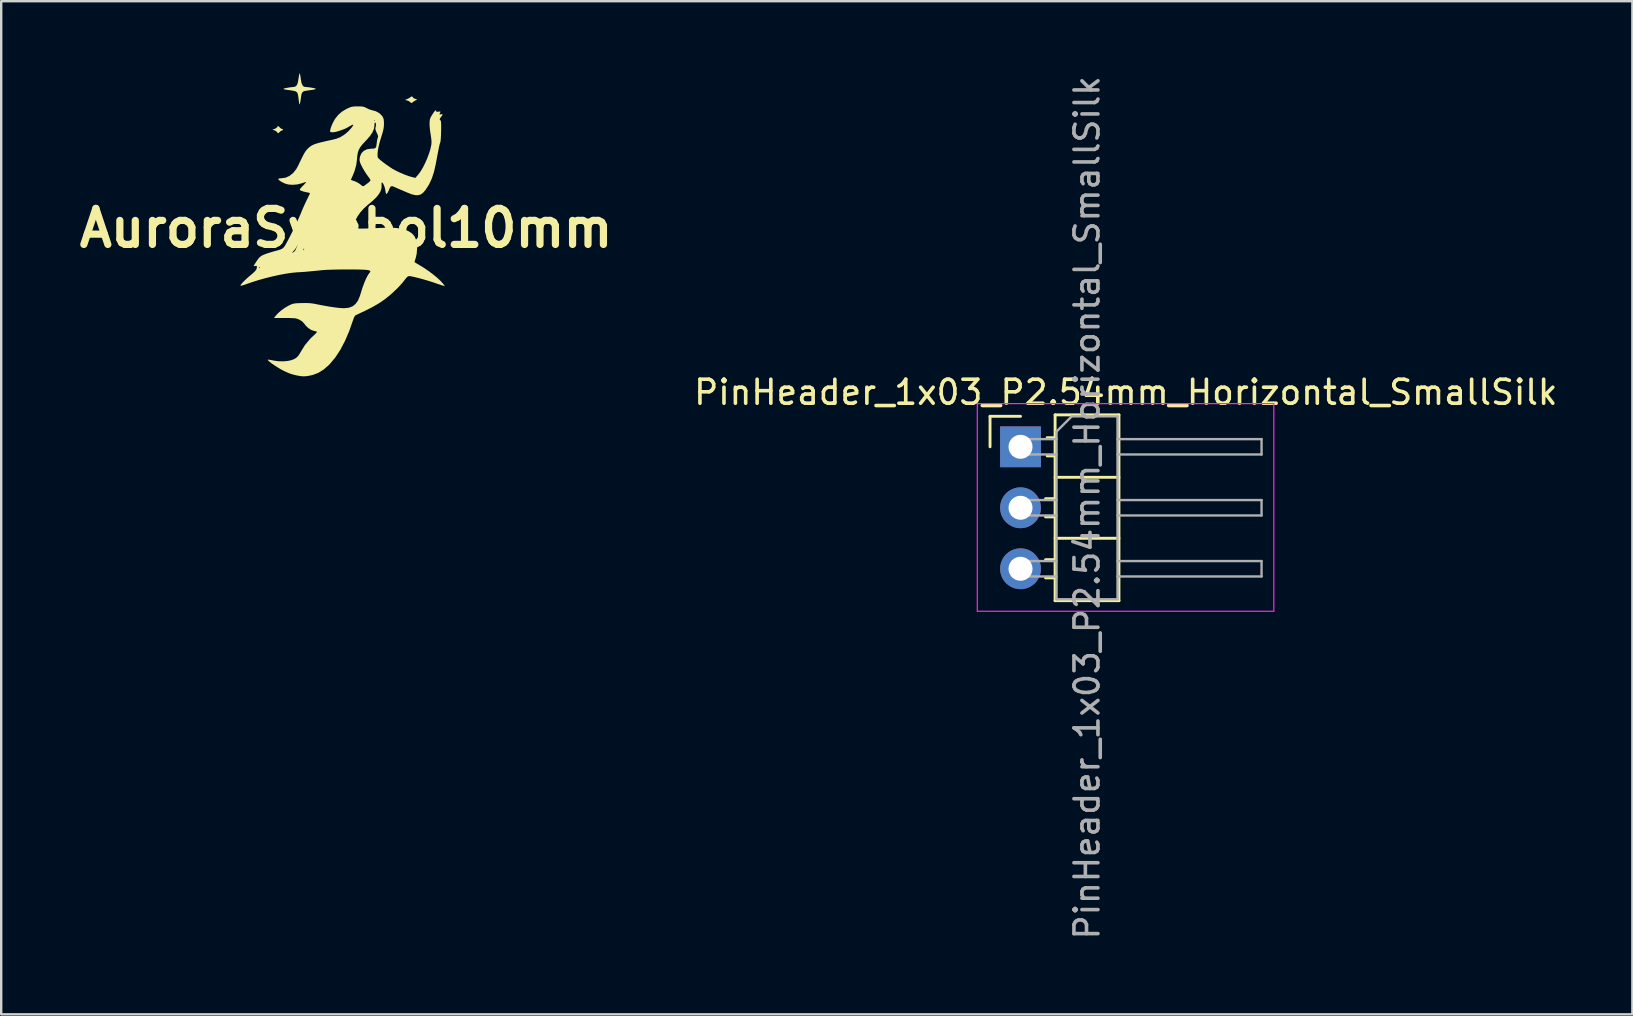
<source format=kicad_pcb>
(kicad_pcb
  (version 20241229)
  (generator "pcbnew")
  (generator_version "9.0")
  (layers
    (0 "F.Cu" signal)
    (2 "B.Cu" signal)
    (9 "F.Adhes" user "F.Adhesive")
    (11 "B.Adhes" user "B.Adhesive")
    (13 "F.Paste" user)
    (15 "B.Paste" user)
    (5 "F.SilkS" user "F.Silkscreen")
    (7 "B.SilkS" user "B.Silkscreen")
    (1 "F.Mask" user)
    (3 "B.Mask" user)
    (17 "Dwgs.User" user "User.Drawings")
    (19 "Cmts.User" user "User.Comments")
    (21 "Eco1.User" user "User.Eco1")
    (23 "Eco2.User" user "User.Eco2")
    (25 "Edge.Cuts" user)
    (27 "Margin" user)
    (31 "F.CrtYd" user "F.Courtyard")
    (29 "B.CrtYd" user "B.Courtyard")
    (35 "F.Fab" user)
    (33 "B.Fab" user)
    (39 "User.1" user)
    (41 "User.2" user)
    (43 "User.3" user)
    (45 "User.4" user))
  (footprint "AuroraSymbol10mm"
    (layer "F.Cu")
    (at 11.371 6.453)
    (property "Reference" "AuroraSymbol10mm" (at 0 0 0) (layer "F.SilkS") (effects (font (size 1.5 1.5) (thickness 0.3))))
    (attr board_only exclude_from_pos_files exclude_from_bom)
    (fp_poly (pts (xy 2.755 -5.476) (xy 2.777 -5.446) (xy 2.827 -5.401) (xy 2.871 -5.386) (xy 2.922 -5.373) (xy 2.939 -5.359) (xy 2.933 -5.335) (xy 2.916 -5.332) (xy 2.869 -5.315) (xy 2.807 -5.274) (xy 2.795 -5.264) (xy 2.741 -5.221) (xy 2.709 -5.213) (xy 2.679 -5.235) (xy 2.667 -5.249) (xy 2.605 -5.293) (xy 2.533 -5.321) (xy 2.447 -5.34) (xy 2.543 -5.379) (xy 2.621 -5.418) (xy 2.683 -5.458) (xy 2.687 -5.462) (xy 2.726 -5.489)) (stroke (width 0) (type solid)) (fill yes) (layer "F.SilkS"))
    (fp_poly (pts (xy -2.786 -4.211) (xy -2.774 -4.199) (xy -2.719 -4.151) (xy -2.671 -4.129) (xy -2.667 -4.129) (xy -2.63 -4.114) (xy -2.625 -4.101) (xy -2.647 -4.077) (xy -2.667 -4.074) (xy -2.713 -4.055) (xy -2.769 -4.009) (xy -2.774 -4.004) (xy -2.819 -3.959) (xy -2.844 -3.952) (xy -2.865 -3.98) (xy -2.868 -3.987) (xy -2.913 -4.033) (xy -2.982 -4.072) (xy -2.986 -4.074) (xy -3.076 -4.107) (xy -2.988 -4.132) (xy -2.917 -4.166) (xy -2.87 -4.212) (xy -2.869 -4.213) (xy -2.847 -4.248) (xy -2.825 -4.248)) (stroke (width 0) (type solid)) (fill yes) (layer "F.SilkS"))
    (fp_poly (pts (xy -1.928 -6.427) (xy -1.913 -6.36) (xy -1.897 -6.263) (xy -1.891 -6.213) (xy -1.866 -6.066) (xy -1.831 -5.967) (xy -1.784 -5.907) (xy -1.718 -5.881) (xy -1.677 -5.878) (xy -1.616 -5.874) (xy -1.523 -5.862) (xy -1.418 -5.847) (xy -1.319 -5.827) (xy -1.27 -5.809) (xy -1.274 -5.792) (xy -1.329 -5.774) (xy -1.438 -5.756) (xy -1.52 -5.745) (xy -1.653 -5.727) (xy -1.746 -5.709) (xy -1.807 -5.679) (xy -1.845 -5.629) (xy -1.868 -5.549) (xy -1.887 -5.429) (xy -1.899 -5.345) (xy -1.914 -5.248) (xy -1.929 -5.18) (xy -1.942 -5.152) (xy -1.945 -5.154) (xy -1.957 -5.194) (xy -1.97 -5.271) (xy -1.98 -5.345) (xy -1.997 -5.49) (xy -2.017 -5.589) (xy -2.047 -5.654) (xy -2.098 -5.694) (xy -2.178 -5.718) (xy -2.296 -5.737) (xy -2.343 -5.743) (xy -2.485 -5.763) (xy -2.575 -5.78) (xy -2.616 -5.795) (xy -2.61 -5.809) (xy -2.56 -5.825) (xy -2.488 -5.84) (xy -2.381 -5.859) (xy -2.282 -5.872) (xy -2.225 -5.877) (xy -2.14 -5.889) (xy -2.08 -5.926) (xy -2.037 -5.996) (xy -2.006 -6.108) (xy -1.989 -6.213) (xy -1.973 -6.32) (xy -1.957 -6.402) (xy -1.943 -6.447) (xy -1.939 -6.453)) (stroke (width 0) (type solid)) (fill yes) (layer "F.SilkS"))
    (fp_poly (pts (xy 0.604 -5.07) (xy 0.691 -5.062) (xy 0.759 -5.044) (xy 0.824 -5.014) (xy 0.848 -5.001) (xy 0.943 -4.954) (xy 1.04 -4.921) (xy 1.075 -4.913) (xy 1.236 -4.868) (xy 1.377 -4.79) (xy 1.484 -4.688) (xy 1.499 -4.667) (xy 1.538 -4.6) (xy 1.56 -4.535) (xy 1.57 -4.451) (xy 1.572 -4.349) (xy 1.569 -4.249) (xy 1.557 -4.153) (xy 1.534 -4.046) (xy 1.496 -3.913) (xy 1.454 -3.78) (xy 1.394 -3.582) (xy 1.349 -3.394) (xy 1.318 -3.225) (xy 1.304 -3.084) (xy 1.308 -2.98) (xy 1.319 -2.939) (xy 1.353 -2.897) (xy 1.426 -2.832) (xy 1.528 -2.751) (xy 1.652 -2.659) (xy 1.788 -2.564) (xy 1.925 -2.474) (xy 2.06 -2.398) (xy 2.228 -2.317) (xy 2.41 -2.239) (xy 2.585 -2.174) (xy 2.731 -2.13) (xy 2.879 -2.093) (xy 2.999 -2.229) (xy 3.093 -2.355) (xy 3.191 -2.518) (xy 3.286 -2.706) (xy 3.374 -2.906) (xy 3.449 -3.107) (xy 3.508 -3.296) (xy 3.544 -3.463) (xy 3.554 -3.572) (xy 3.549 -3.671) (xy 3.534 -3.797) (xy 3.514 -3.923) (xy 3.513 -3.928) (xy 3.492 -4.067) (xy 3.477 -4.219) (xy 3.472 -4.344) (xy 3.475 -4.456) (xy 3.488 -4.537) (xy 3.516 -4.611) (xy 3.566 -4.7) (xy 3.568 -4.703) (xy 3.642 -4.817) (xy 3.697 -4.886) (xy 3.732 -4.91) (xy 3.746 -4.885) (xy 3.746 -4.881) (xy 3.755 -4.851) (xy 3.791 -4.844) (xy 3.843 -4.852) (xy 3.906 -4.861) (xy 3.926 -4.853) (xy 3.915 -4.821) (xy 3.912 -4.815) (xy 3.886 -4.757) (xy 3.897 -4.734) (xy 3.948 -4.741) (xy 3.951 -4.741) (xy 4.001 -4.749) (xy 4.015 -4.734) (xy 3.993 -4.69) (xy 3.946 -4.626) (xy 3.903 -4.565) (xy 3.892 -4.529) (xy 3.91 -4.504) (xy 3.917 -4.499) (xy 3.934 -4.48) (xy 3.945 -4.444) (xy 3.952 -4.384) (xy 3.955 -4.292) (xy 3.955 -4.158) (xy 3.953 -4.045) (xy 3.949 -3.894) (xy 3.942 -3.76) (xy 3.933 -3.653) (xy 3.923 -3.585) (xy 3.917 -3.568) (xy 3.905 -3.538) (xy 3.891 -3.487) (xy 3.873 -3.41) (xy 3.85 -3.301) (xy 3.821 -3.154) (xy 3.785 -2.966) (xy 3.741 -2.729) (xy 3.733 -2.681) (xy 3.659 -2.352) (xy 3.566 -2.067) (xy 3.45 -1.819) (xy 3.308 -1.598) (xy 3.305 -1.593) (xy 3.208 -1.48) (xy 3.11 -1.407) (xy 3.002 -1.372) (xy 2.877 -1.374) (xy 2.725 -1.411) (xy 2.539 -1.484) (xy 2.535 -1.485) (xy 2.467 -1.515) (xy 2.369 -1.557) (xy 2.259 -1.604) (xy 2.242 -1.611) (xy 2.14 -1.656) (xy 2.052 -1.694) (xy 1.996 -1.721) (xy 1.989 -1.724) (xy 1.907 -1.751) (xy 1.848 -1.729) (xy 1.805 -1.655) (xy 1.802 -1.647) (xy 1.765 -1.554) (xy 1.724 -1.476) (xy 1.685 -1.43) (xy 1.668 -1.422) (xy 1.655 -1.446) (xy 1.64 -1.51) (xy 1.63 -1.577) (xy 1.612 -1.666) (xy 1.583 -1.756) (xy 1.549 -1.834) (xy 1.515 -1.887) (xy 1.487 -1.904) (xy 1.481 -1.9) (xy 1.472 -1.864) (xy 1.472 -1.798) (xy 1.473 -1.789) (xy 1.468 -1.664) (xy 1.431 -1.54) (xy 1.358 -1.413) (xy 1.246 -1.277) (xy 1.09 -1.128) (xy 0.909 -0.977) (xy 0.742 -0.828) (xy 0.596 -0.666) (xy 0.476 -0.497) (xy 0.388 -0.333) (xy 0.339 -0.181) (xy 0.33 -0.103) (xy 0.331 -0.064) (xy 0.342 -0.032) (xy 0.368 -0.009) (xy 0.415 0.007) (xy 0.487 0.017) (xy 0.591 0.02) (xy 0.732 0.019) (xy 0.916 0.013) (xy 1.148 0.003) (xy 1.176 0.002) (xy 1.43 -0.009) (xy 1.637 -0.015) (xy 1.804 -0.017) (xy 1.939 -0.015) (xy 2.049 -0.009) (xy 2.133 0.000054) (xy 2.379 0.047) (xy 2.578 0.117) (xy 2.731 0.212) (xy 2.842 0.335) (xy 2.914 0.49) (xy 2.949 0.678) (xy 2.955 0.812) (xy 2.936 1.066) (xy 2.899 1.23) (xy 2.871 1.32) (xy 2.852 1.386) (xy 2.844 1.414) (xy 2.844 1.414) (xy 2.866 1.429) (xy 2.924 1.465) (xy 3.008 1.514) (xy 3.042 1.534) (xy 3.239 1.655) (xy 3.436 1.79) (xy 3.623 1.93) (xy 3.792 2.069) (xy 3.931 2.199) (xy 4.031 2.311) (xy 4.033 2.313) (xy 4.11 2.414) (xy 4.044 2.398) (xy 3.993 2.383) (xy 3.903 2.354) (xy 3.788 2.315) (xy 3.664 2.272) (xy 3.518 2.224) (xy 3.355 2.174) (xy 3.185 2.125) (xy 3.019 2.08) (xy 2.867 2.042) (xy 2.74 2.014) (xy 2.649 1.998) (xy 2.619 1.996) (xy 2.572 2.01) (xy 2.517 2.056) (xy 2.447 2.141) (xy 2.428 2.167) (xy 2.352 2.262) (xy 2.252 2.376) (xy 2.144 2.492) (xy 2.087 2.548) (xy 1.843 2.775) (xy 1.599 2.97) (xy 1.341 3.145) (xy 1.054 3.308) (xy 0.797 3.437) (xy 0.663 3.5) (xy 0.545 3.556) (xy 0.452 3.6) (xy 0.395 3.628) (xy 0.383 3.634) (xy 0.353 3.669) (xy 0.318 3.741) (xy 0.29 3.816) (xy 0.126 4.285) (xy -0.052 4.701) (xy -0.245 5.067) (xy -0.452 5.383) (xy -0.675 5.651) (xy -0.737 5.714) (xy -0.943 5.892) (xy -1.153 6.022) (xy -1.377 6.11) (xy -1.49 6.138) (xy -1.643 6.165) (xy -1.772 6.173) (xy -1.904 6.163) (xy -2.037 6.14) (xy -2.206 6.101) (xy -2.354 6.054) (xy -2.506 5.99) (xy -2.611 5.939) (xy -2.73 5.876) (xy -2.86 5.798) (xy -2.99 5.714) (xy -3.107 5.633) (xy -3.197 5.562) (xy -3.241 5.521) (xy -3.263 5.497) (xy -3.268 5.482) (xy -3.251 5.477) (xy -3.203 5.482) (xy -3.117 5.497) (xy -2.986 5.522) (xy -2.972 5.525) (xy -2.803 5.545) (xy -2.618 5.548) (xy -2.441 5.533) (xy -2.332 5.512) (xy -2.181 5.461) (xy -2.07 5.394) (xy -1.98 5.297) (xy -1.903 5.17) (xy -1.721 4.874) (xy -1.504 4.613) (xy -1.379 4.493) (xy -1.301 4.421) (xy -1.245 4.362) (xy -1.218 4.326) (xy -1.217 4.319) (xy -1.249 4.303) (xy -1.315 4.286) (xy -1.334 4.283) (xy -1.455 4.242) (xy -1.578 4.163) (xy -1.687 4.059) (xy -1.736 3.993) (xy -1.835 3.883) (xy -1.976 3.8) (xy -2.092 3.761) (xy -2.147 3.754) (xy -2.246 3.748) (xy -2.375 3.744) (xy -2.523 3.742) (xy -2.591 3.742) (xy -3.009 3.744) (xy -2.938 3.651) (xy -2.834 3.538) (xy -2.696 3.419) (xy -2.54 3.309) (xy -2.384 3.22) (xy -2.304 3.182) (xy -2.236 3.157) (xy -2.166 3.14) (xy -2.08 3.13) (xy -1.963 3.124) (xy -1.857 3.121) (xy -1.676 3.119) (xy -1.527 3.125) (xy -1.387 3.141) (xy -1.234 3.169) (xy -1.227 3.171) (xy -0.962 3.223) (xy -0.71 3.267) (xy -0.48 3.301) (xy -0.282 3.324) (xy -0.124 3.335) (xy -0.088 3.335) (xy 0.102 3.317) (xy 0.259 3.26) (xy 0.387 3.161) (xy 0.49 3.018) (xy 0.571 2.826) (xy 0.591 2.761) (xy 0.669 2.507) (xy 0.751 2.281) (xy 0.832 2.091) (xy 0.911 1.944) (xy 0.976 1.854) (xy 1 1.821) (xy 1.005 1.793) (xy 0.986 1.771) (xy 0.939 1.754) (xy 0.86 1.741) (xy 0.744 1.732) (xy 0.588 1.726) (xy 0.387 1.722) (xy 0.138 1.721) (xy 0.027 1.721) (xy -0.186 1.722) (xy -0.4 1.725) (xy -0.602 1.73) (xy -0.781 1.736) (xy -0.924 1.744) (xy -0.998 1.75) (xy -1.23 1.774) (xy -1.417 1.792) (xy -1.568 1.806) (xy -1.692 1.817) (xy -1.799 1.825) (xy -1.897 1.832) (xy -1.997 1.837) (xy -2.037 1.839) (xy -2.248 1.858) (xy -2.499 1.895) (xy -2.777 1.946) (xy -3.071 2.01) (xy -3.369 2.085) (xy -3.66 2.166) (xy -3.932 2.252) (xy -3.992 2.273) (xy -4.157 2.331) (xy -4.276 2.371) (xy -4.354 2.394) (xy -4.395 2.399) (xy -4.406 2.387) (xy -4.39 2.358) (xy -4.354 2.312) (xy -4.332 2.286) (xy -4.265 2.214) (xy -4.169 2.122) (xy -4.06 2.024) (xy -3.987 1.963) (xy -3.872 1.865) (xy -3.794 1.789) (xy -3.747 1.725) (xy -3.725 1.666) (xy -3.63 1.666) (xy -3.626 1.668) (xy -3.601 1.649) (xy -3.595 1.64) (xy -3.588 1.615) (xy -3.592 1.613) (xy -3.617 1.632) (xy -3.623 1.64) (xy -3.63 1.666) (xy -3.725 1.666) (xy -3.725 1.665) (xy -3.719 1.606) (xy -3.73 1.572) (xy -3.773 1.571) (xy -3.787 1.575) (xy -3.837 1.582) (xy -3.855 1.576) (xy -3.841 1.548) (xy -3.803 1.486) (xy -3.749 1.402) (xy -3.729 1.37) (xy -3.659 1.271) (xy -3.601 1.205) (xy -3.537 1.157) (xy -3.454 1.115) (xy -3.435 1.107) (xy -3.336 1.069) (xy -3.205 1.025) (xy -2.254 1.025) (xy -2.241 1.034) (xy -2.193 1.028) (xy -2.104 1.008) (xy -1.99 0.98) (xy -1.882 0.95) (xy -1.8 0.921) (xy -1.755 0.897) (xy -1.75 0.888) (xy -1.761 0.843) (xy -1.789 0.778) (xy -1.789 0.777) (xy -1.828 0.691) (xy -1.858 0.619) (xy -1.883 0.573) (xy -1.913 0.566) (xy -1.953 0.6) (xy -2.007 0.68) (xy -2.046 0.747) (xy -2.104 0.84) (xy -2.167 0.926) (xy -2.201 0.964) (xy -2.239 1.002) (xy -2.254 1.025) (xy -3.205 1.025) (xy -3.204 1.025) (xy -3.059 0.981) (xy -2.967 0.956) (xy -2.83 0.919) (xy -2.736 0.888) (xy -2.671 0.859) (xy -2.624 0.824) (xy -2.59 0.788) (xy -2.552 0.732) (xy -2.496 0.635) (xy -2.426 0.505) (xy -2.345 0.35) (xy -2.259 0.179) (xy -2.171 -0.000466) (xy -2.085 -0.179) (xy -2.006 -0.35) (xy -1.937 -0.503) (xy -1.883 -0.63) (xy -1.875 -0.652) (xy -1.816 -0.794) (xy -1.744 -0.957) (xy -1.67 -1.115) (xy -1.638 -1.182) (xy -1.584 -1.291) (xy -1.541 -1.381) (xy -1.515 -1.441) (xy -1.509 -1.461) (xy -1.538 -1.47) (xy -1.606 -1.486) (xy -1.688 -1.503) (xy -1.786 -1.527) (xy -1.867 -1.554) (xy -1.907 -1.574) (xy -1.928 -1.596) (xy -1.928 -1.622) (xy -1.9 -1.662) (xy -1.84 -1.727) (xy -1.811 -1.756) (xy -1.742 -1.828) (xy -1.691 -1.885) (xy -1.668 -1.916) (xy -1.668 -1.918) (xy -1.691 -1.918) (xy -1.753 -1.901) (xy -1.839 -1.872) (xy -1.847 -1.869) (xy -2.032 -1.822) (xy -2.227 -1.805) (xy -2.412 -1.819) (xy -2.519 -1.847) (xy -2.615 -1.887) (xy -2.706 -1.935) (xy -2.779 -1.985) (xy -2.805 -2.01) (xy 0.198 -2.01) (xy 0.198 -2.009) (xy 0.226 -1.998) (xy 0.289 -1.976) (xy 0.345 -1.957) (xy 0.452 -1.911) (xy 0.556 -1.847) (xy 0.591 -1.819) (xy 0.659 -1.765) (xy 0.703 -1.746) (xy 0.737 -1.756) (xy 0.741 -1.759) (xy 0.788 -1.793) (xy 0.859 -1.845) (xy 0.897 -1.873) (xy 0.962 -1.927) (xy 1.003 -1.975) (xy 1.011 -1.993) (xy 0.995 -2.035) (xy 0.954 -2.1) (xy 0.921 -2.143) (xy 0.845 -2.247) (xy 0.763 -2.374) (xy 0.685 -2.508) (xy 0.62 -2.633) (xy 0.578 -2.733) (xy 0.575 -2.742) (xy 0.556 -2.834) (xy 0.564 -2.931) (xy 0.574 -2.978) (xy 0.632 -3.116) (xy 0.731 -3.219) (xy 0.865 -3.285) (xy 1.03 -3.309) (xy 1.036 -3.309) (xy 1.141 -3.312) (xy 1.206 -3.33) (xy 1.242 -3.373) (xy 1.261 -3.452) (xy 1.27 -3.533) (xy 1.284 -3.636) (xy 1.301 -3.722) (xy 1.318 -3.773) (xy 1.318 -3.773) (xy 1.33 -3.813) (xy 1.317 -3.871) (xy 1.278 -3.961) (xy 1.272 -3.973) (xy 1.231 -4.066) (xy 1.214 -4.13) (xy 1.218 -4.184) (xy 1.225 -4.208) (xy 1.24 -4.284) (xy 1.236 -4.352) (xy 1.216 -4.396) (xy 1.2 -4.402) (xy 1.185 -4.378) (xy 1.177 -4.316) (xy 1.176 -4.28) (xy 1.157 -4.142) (xy 1.098 -3.998) (xy 0.995 -3.843) (xy 0.847 -3.672) (xy 0.811 -3.635) (xy 0.68 -3.494) (xy 0.586 -3.374) (xy 0.523 -3.261) (xy 0.483 -3.142) (xy 0.461 -3.005) (xy 0.455 -2.926) (xy 0.42 -2.639) (xy 0.348 -2.377) (xy 0.272 -2.19) (xy 0.233 -2.103) (xy 0.206 -2.039) (xy 0.198 -2.01) (xy -2.805 -2.01) (xy -2.823 -2.027) (xy -2.829 -2.052) (xy -2.794 -2.068) (xy -2.725 -2.077) (xy -2.69 -2.078) (xy -2.518 -2.104) (xy -2.354 -2.181) (xy -2.205 -2.303) (xy -2.077 -2.465) (xy -2.007 -2.592) (xy -1.915 -2.785) (xy -1.841 -2.936) (xy -1.783 -3.051) (xy -1.734 -3.138) (xy -1.692 -3.204) (xy -1.653 -3.255) (xy -1.612 -3.299) (xy -1.604 -3.308) (xy -1.542 -3.366) (xy -1.478 -3.415) (xy -1.407 -3.457) (xy -1.319 -3.495) (xy -1.21 -3.532) (xy -1.07 -3.57) (xy -0.893 -3.612) (xy -0.673 -3.661) (xy -0.588 -3.679) (xy -0.404 -3.726) (xy -0.252 -3.787) (xy -0.112 -3.87) (xy -0.017 -3.941) (xy 0.061 -4.009) (xy 0.14 -4.089) (xy 0.21 -4.169) (xy 0.264 -4.239) (xy 0.293 -4.291) (xy 0.293 -4.31) (xy 0.263 -4.305) (xy 0.201 -4.276) (xy 0.12 -4.231) (xy 0.118 -4.23) (xy 0.036 -4.183) (xy -0.042 -4.144) (xy -0.13 -4.108) (xy -0.243 -4.068) (xy -0.385 -4.023) (xy -0.481 -4) (xy -0.572 -3.993) (xy -0.641 -4) (xy -0.668 -4.016) (xy -0.671 -4.063) (xy -0.652 -4.145) (xy -0.616 -4.249) (xy -0.568 -4.362) (xy -0.512 -4.471) (xy -0.504 -4.484) (xy 1.176 -4.484) (xy 1.186 -4.461) (xy 1.194 -4.466) (xy 1.197 -4.498) (xy 1.194 -4.502) (xy 1.178 -4.498) (xy 1.176 -4.484) (xy -0.504 -4.484) (xy -0.459 -4.558) (xy -0.33 -4.719) (xy -0.187 -4.846) (xy -0.012 -4.953) (xy 0.055 -4.986) (xy 0.15 -5.029) (xy 0.23 -5.054) (xy 0.317 -5.067) (xy 0.431 -5.071) (xy 0.478 -5.071)) (stroke (width 0) (type solid)) (fill yes) (layer "F.SilkS")))
  (footprint "PinHeader_1x03_P2.54mm_Horizontal_SmallSilk"
    (layer "F.Cu")
    (at 39.459 15.561)
    (property "Reference" "PinHeader_1x03_P2.54mm_Horizontal_SmallSilk" (at 4.385 -2.27 0) (layer "F.SilkS") (effects (font (size 1 1) (thickness 0.15))))
    (attr through_hole)
    (fp_line (start -1.27 -1.27) (end 0 -1.27) (stroke (width 0.12) (type solid)) (layer "F.SilkS"))
    (fp_line (start -1.27 0) (end -1.27 -1.27) (stroke (width 0.12) (type solid)) (layer "F.SilkS"))
    (fp_line (start 1.043 2.16) (end 1.44 2.16) (stroke (width 0.12) (type solid)) (layer "F.SilkS"))
    (fp_line (start 1.043 2.92) (end 1.44 2.92) (stroke (width 0.12) (type solid)) (layer "F.SilkS"))
    (fp_line (start 1.043 4.7) (end 1.44 4.7) (stroke (width 0.12) (type solid)) (layer "F.SilkS"))
    (fp_line (start 1.043 5.46) (end 1.44 5.46) (stroke (width 0.12) (type solid)) (layer "F.SilkS"))
    (fp_line (start 1.11 -0.38) (end 1.44 -0.38) (stroke (width 0.12) (type solid)) (layer "F.SilkS"))
    (fp_line (start 1.11 0.38) (end 1.44 0.38) (stroke (width 0.12) (type solid)) (layer "F.SilkS"))
    (fp_line (start 1.44 -1.33) (end 1.44 6.41) (stroke (width 0.12) (type solid)) (layer "F.SilkS"))
    (fp_line (start 1.44 1.27) (end 4.1 1.27) (stroke (width 0.12) (type solid)) (layer "F.SilkS"))
    (fp_line (start 1.44 3.81) (end 4.1 3.81) (stroke (width 0.12) (type solid)) (layer "F.SilkS"))
    (fp_line (start 1.44 6.41) (end 4.1 6.41) (stroke (width 0.12) (type solid)) (layer "F.SilkS"))
    (fp_line (start 4.1 -1.33) (end 1.44 -1.33) (stroke (width 0.12) (type solid)) (layer "F.SilkS"))
    (fp_line (start 4.1 6.41) (end 4.1 -1.33) (stroke (width 0.12) (type solid)) (layer "F.SilkS"))
    (fp_line (start -1.8 -1.8) (end -1.8 6.85) (stroke (width 0.05) (type solid)) (layer "F.CrtYd"))
    (fp_line (start -1.8 6.85) (end 10.55 6.85) (stroke (width 0.05) (type solid)) (layer "F.CrtYd"))
    (fp_line (start 10.55 -1.8) (end -1.8 -1.8) (stroke (width 0.05) (type solid)) (layer "F.CrtYd"))
    (fp_line (start 10.55 6.85) (end 10.55 -1.8) (stroke (width 0.05) (type solid)) (layer "F.CrtYd"))
    (fp_line (start -0.32 -0.32) (end -0.32 0.32) (stroke (width 0.1) (type solid)) (layer "F.Fab"))
    (fp_line (start -0.32 -0.32) (end 1.5 -0.32) (stroke (width 0.1) (type solid)) (layer "F.Fab"))
    (fp_line (start -0.32 0.32) (end 1.5 0.32) (stroke (width 0.1) (type solid)) (layer "F.Fab"))
    (fp_line (start -0.32 2.22) (end -0.32 2.86) (stroke (width 0.1) (type solid)) (layer "F.Fab"))
    (fp_line (start -0.32 2.22) (end 1.5 2.22) (stroke (width 0.1) (type solid)) (layer "F.Fab"))
    (fp_line (start -0.32 2.86) (end 1.5 2.86) (stroke (width 0.1) (type solid)) (layer "F.Fab"))
    (fp_line (start -0.32 4.76) (end -0.32 5.4) (stroke (width 0.1) (type solid)) (layer "F.Fab"))
    (fp_line (start -0.32 4.76) (end 1.5 4.76) (stroke (width 0.1) (type solid)) (layer "F.Fab"))
    (fp_line (start -0.32 5.4) (end 1.5 5.4) (stroke (width 0.1) (type solid)) (layer "F.Fab"))
    (fp_line (start 1.5 -0.635) (end 2.135 -1.27) (stroke (width 0.1) (type solid)) (layer "F.Fab"))
    (fp_line (start 1.5 6.35) (end 1.5 -0.635) (stroke (width 0.1) (type solid)) (layer "F.Fab"))
    (fp_line (start 2.135 -1.27) (end 4.04 -1.27) (stroke (width 0.1) (type solid)) (layer "F.Fab"))
    (fp_line (start 4.04 -1.27) (end 4.04 6.35) (stroke (width 0.1) (type solid)) (layer "F.Fab"))
    (fp_line (start 4.04 -0.32) (end 10.04 -0.32) (stroke (width 0.1) (type solid)) (layer "F.Fab"))
    (fp_line (start 4.04 0.32) (end 10.04 0.32) (stroke (width 0.1) (type solid)) (layer "F.Fab"))
    (fp_line (start 4.04 2.22) (end 10.04 2.22) (stroke (width 0.1) (type solid)) (layer "F.Fab"))
    (fp_line (start 4.04 2.86) (end 10.04 2.86) (stroke (width 0.1) (type solid)) (layer "F.Fab"))
    (fp_line (start 4.04 4.76) (end 10.04 4.76) (stroke (width 0.1) (type solid)) (layer "F.Fab"))
    (fp_line (start 4.04 5.4) (end 10.04 5.4) (stroke (width 0.1) (type solid)) (layer "F.Fab"))
    (fp_line (start 4.04 6.35) (end 1.5 6.35) (stroke (width 0.1) (type solid)) (layer "F.Fab"))
    (fp_line (start 10.04 -0.32) (end 10.04 0.32) (stroke (width 0.1) (type solid)) (layer "F.Fab"))
    (fp_line (start 10.04 2.22) (end 10.04 2.86) (stroke (width 0.1) (type solid)) (layer "F.Fab"))
    (fp_line (start 10.04 4.76) (end 10.04 5.4) (stroke (width 0.1) (type solid)) (layer "F.Fab"))
    (fp_text user "${REFERENCE}" (at 2.77 2.54 90) (layer "F.Fab") (effects (font (size 1 1) (thickness 0.15))))
    (pad "1" thru_hole rect (at 0 0) (size 1.7 1.7) (drill 1) (layers "*.Cu" "*.Mask"))
    (pad "2" thru_hole oval (at 0 2.54) (size 1.7 1.7) (drill 1) (layers "*.Cu" "*.Mask"))
    (pad "3" thru_hole oval (at 0 5.08) (size 1.7 1.7) (drill 1) (layers "*.Cu" "*.Mask")))
  (gr_rect
    (start -3 -3)
    (end 64.945 39.202)
    (stroke (width 0.1) (type default))
    (fill no)
    (layer "Edge.Cuts")))
</source>
